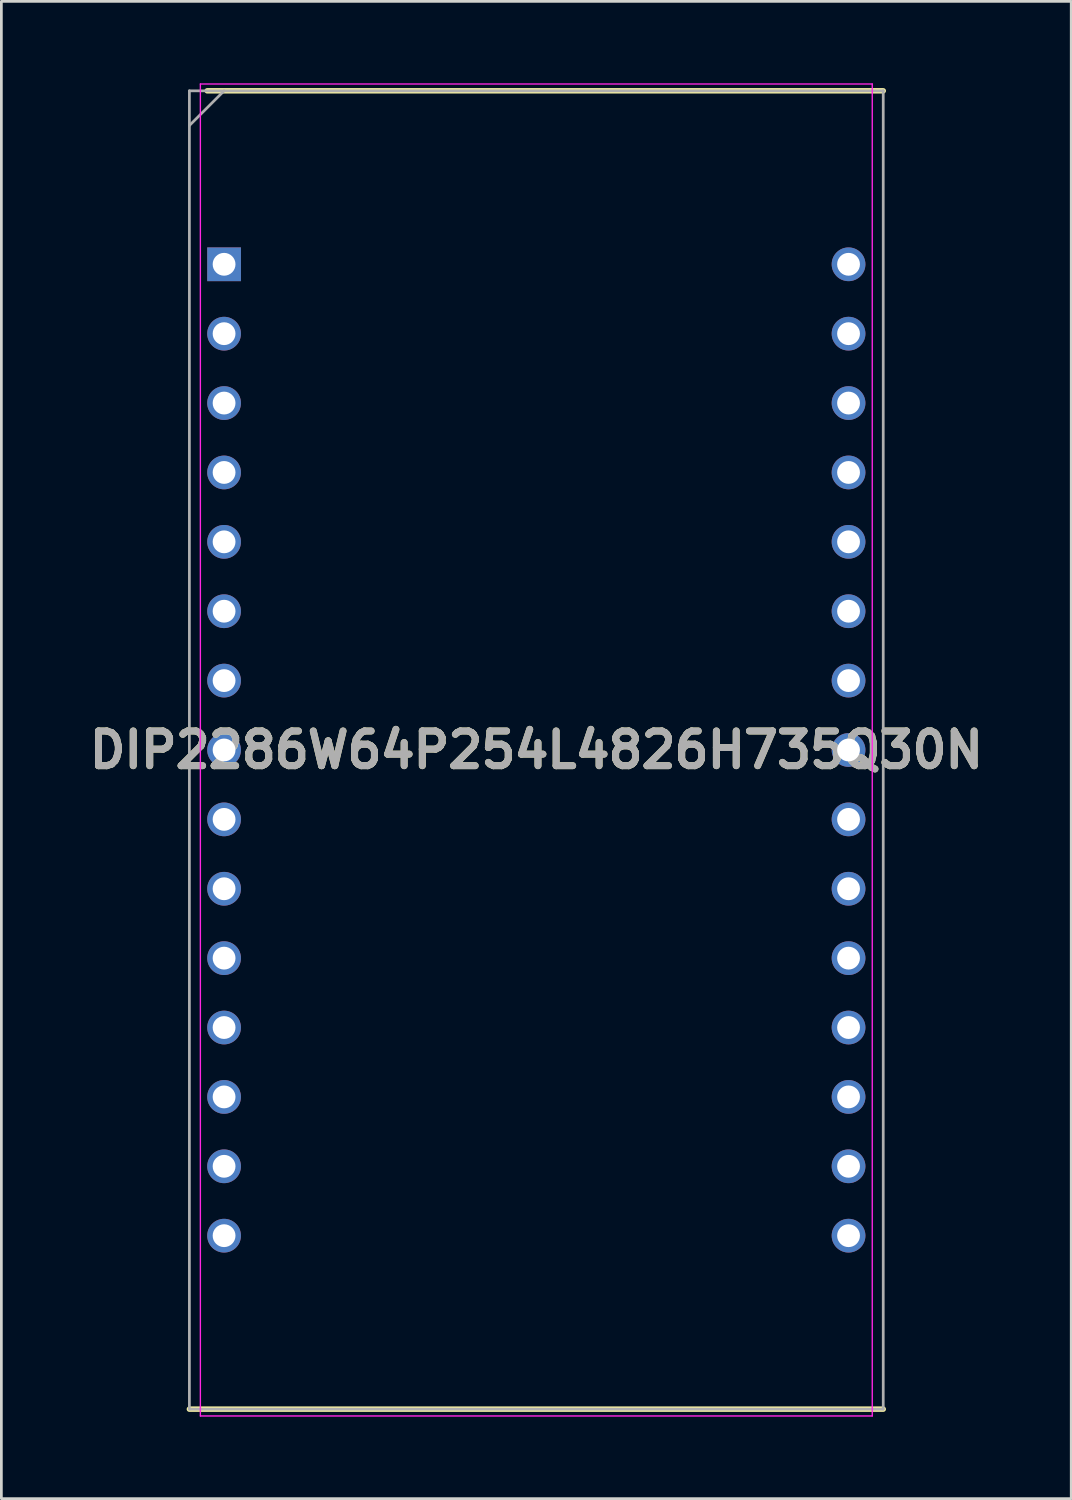
<source format=kicad_pcb>
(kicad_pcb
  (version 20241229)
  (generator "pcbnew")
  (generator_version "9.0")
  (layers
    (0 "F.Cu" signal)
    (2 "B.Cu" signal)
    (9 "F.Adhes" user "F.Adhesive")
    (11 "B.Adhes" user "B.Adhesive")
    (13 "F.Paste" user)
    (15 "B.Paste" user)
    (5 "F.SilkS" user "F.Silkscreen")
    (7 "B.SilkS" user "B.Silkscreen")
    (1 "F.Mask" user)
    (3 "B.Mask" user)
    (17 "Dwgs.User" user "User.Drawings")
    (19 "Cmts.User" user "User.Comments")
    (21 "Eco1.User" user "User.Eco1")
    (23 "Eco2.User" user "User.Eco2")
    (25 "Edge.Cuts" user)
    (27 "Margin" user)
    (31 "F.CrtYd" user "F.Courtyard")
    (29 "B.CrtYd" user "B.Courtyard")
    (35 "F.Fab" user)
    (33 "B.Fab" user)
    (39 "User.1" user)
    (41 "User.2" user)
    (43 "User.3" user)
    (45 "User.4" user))
  (footprint "DIP2286W64P254L4826H735Q30N"
    (layer "F.Cu")
    (at 16.583 24.405)
    (property "Reference" "DIP2286W64P254L4826H735Q30N" (at 0 0 0) (layer "F.SilkS") (effects (font (size 1.27 1.27) (thickness 0.254))))
    (attr through_hole)
    (fp_line (start -12.7 24.13) (end 12.7 24.13) (stroke (width 0.2) (type solid)) (layer "F.SilkS"))
    (fp_line (start -12.048 -24.13) (end 12.7 -24.13) (stroke (width 0.2) (type solid)) (layer "F.SilkS"))
    (fp_line (start -12.298 -24.38) (end 12.298 -24.38) (stroke (width 0.05) (type solid)) (layer "F.CrtYd"))
    (fp_line (start -12.298 24.38) (end -12.298 -24.38) (stroke (width 0.05) (type solid)) (layer "F.CrtYd"))
    (fp_line (start 12.298 -24.38) (end 12.298 24.38) (stroke (width 0.05) (type solid)) (layer "F.CrtYd"))
    (fp_line (start 12.298 24.38) (end -12.298 24.38) (stroke (width 0.05) (type solid)) (layer "F.CrtYd"))
    (fp_line (start -12.7 -24.13) (end 12.7 -24.13) (stroke (width 0.1) (type solid)) (layer "F.Fab"))
    (fp_line (start -12.7 -22.86) (end -11.43 -24.13) (stroke (width 0.1) (type solid)) (layer "F.Fab"))
    (fp_line (start -12.7 24.13) (end -12.7 -24.13) (stroke (width 0.1) (type solid)) (layer "F.Fab"))
    (fp_line (start 12.7 -24.13) (end 12.7 24.13) (stroke (width 0.1) (type solid)) (layer "F.Fab"))
    (fp_line (start 12.7 24.13) (end -12.7 24.13) (stroke (width 0.1) (type solid)) (layer "F.Fab"))
    (fp_text user "${REFERENCE}" (at 0 0 0) (layer "F.Fab") (effects (font (size 1.27 1.27) (thickness 0.254))))
    (pad "1" thru_hole rect (at -11.43 -17.78) (size 1.235 1.235) (drill 0.835) (layers "*.Cu" "*.Mask"))
    (pad "2" thru_hole circle (at -11.43 -15.24) (size 1.235 1.235) (drill 0.835) (layers "*.Cu" "*.Mask"))
    (pad "3" thru_hole circle (at -11.43 -12.7) (size 1.235 1.235) (drill 0.835) (layers "*.Cu" "*.Mask"))
    (pad "4" thru_hole circle (at -11.43 -10.16) (size 1.235 1.235) (drill 0.835) (layers "*.Cu" "*.Mask"))
    (pad "5" thru_hole circle (at -11.43 -7.62) (size 1.235 1.235) (drill 0.835) (layers "*.Cu" "*.Mask"))
    (pad "6" thru_hole circle (at -11.43 -5.08) (size 1.235 1.235) (drill 0.835) (layers "*.Cu" "*.Mask"))
    (pad "7" thru_hole circle (at -11.43 -2.54) (size 1.235 1.235) (drill 0.835) (layers "*.Cu" "*.Mask"))
    (pad "8" thru_hole circle (at -11.43 0) (size 1.235 1.235) (drill 0.835) (layers "*.Cu" "*.Mask"))
    (pad "9" thru_hole circle (at -11.43 2.54) (size 1.235 1.235) (drill 0.835) (layers "*.Cu" "*.Mask"))
    (pad "10" thru_hole circle (at -11.43 5.08) (size 1.235 1.235) (drill 0.835) (layers "*.Cu" "*.Mask"))
    (pad "11" thru_hole circle (at -11.43 7.62) (size 1.235 1.235) (drill 0.835) (layers "*.Cu" "*.Mask"))
    (pad "12" thru_hole circle (at -11.43 10.16) (size 1.235 1.235) (drill 0.835) (layers "*.Cu" "*.Mask"))
    (pad "13" thru_hole circle (at -11.43 12.7) (size 1.235 1.235) (drill 0.835) (layers "*.Cu" "*.Mask"))
    (pad "14" thru_hole circle (at -11.43 15.24) (size 1.235 1.235) (drill 0.835) (layers "*.Cu" "*.Mask"))
    (pad "15" thru_hole circle (at -11.43 17.78) (size 1.235 1.235) (drill 0.835) (layers "*.Cu" "*.Mask"))
    (pad "16" thru_hole circle (at 11.43 17.78) (size 1.235 1.235) (drill 0.835) (layers "*.Cu" "*.Mask"))
    (pad "17" thru_hole circle (at 11.43 15.24) (size 1.235 1.235) (drill 0.835) (layers "*.Cu" "*.Mask"))
    (pad "18" thru_hole circle (at 11.43 12.7) (size 1.235 1.235) (drill 0.835) (layers "*.Cu" "*.Mask"))
    (pad "19" thru_hole circle (at 11.43 10.16) (size 1.235 1.235) (drill 0.835) (layers "*.Cu" "*.Mask"))
    (pad "20" thru_hole circle (at 11.43 7.62) (size 1.235 1.235) (drill 0.835) (layers "*.Cu" "*.Mask"))
    (pad "21" thru_hole circle (at 11.43 5.08) (size 1.235 1.235) (drill 0.835) (layers "*.Cu" "*.Mask"))
    (pad "22" thru_hole circle (at 11.43 2.54) (size 1.235 1.235) (drill 0.835) (layers "*.Cu" "*.Mask"))
    (pad "23" thru_hole circle (at 11.43 0) (size 1.235 1.235) (drill 0.835) (layers "*.Cu" "*.Mask"))
    (pad "24" thru_hole circle (at 11.43 -2.54) (size 1.235 1.235) (drill 0.835) (layers "*.Cu" "*.Mask"))
    (pad "25" thru_hole circle (at 11.43 -5.08) (size 1.235 1.235) (drill 0.835) (layers "*.Cu" "*.Mask"))
    (pad "26" thru_hole circle (at 11.43 -7.62) (size 1.235 1.235) (drill 0.835) (layers "*.Cu" "*.Mask"))
    (pad "27" thru_hole circle (at 11.43 -10.16) (size 1.235 1.235) (drill 0.835) (layers "*.Cu" "*.Mask"))
    (pad "28" thru_hole circle (at 11.43 -12.7) (size 1.235 1.235) (drill 0.835) (layers "*.Cu" "*.Mask"))
    (pad "29" thru_hole circle (at 11.43 -15.24) (size 1.235 1.235) (drill 0.835) (layers "*.Cu" "*.Mask"))
    (pad "30" thru_hole circle (at 11.43 -17.78) (size 1.235 1.235) (drill 0.835) (layers "*.Cu" "*.Mask")))
  (gr_rect
    (start -3 -3)
    (end 36.165 51.81)
    (stroke (width 0.1) (type default))
    (fill no)
    (layer "Edge.Cuts")))
</source>
